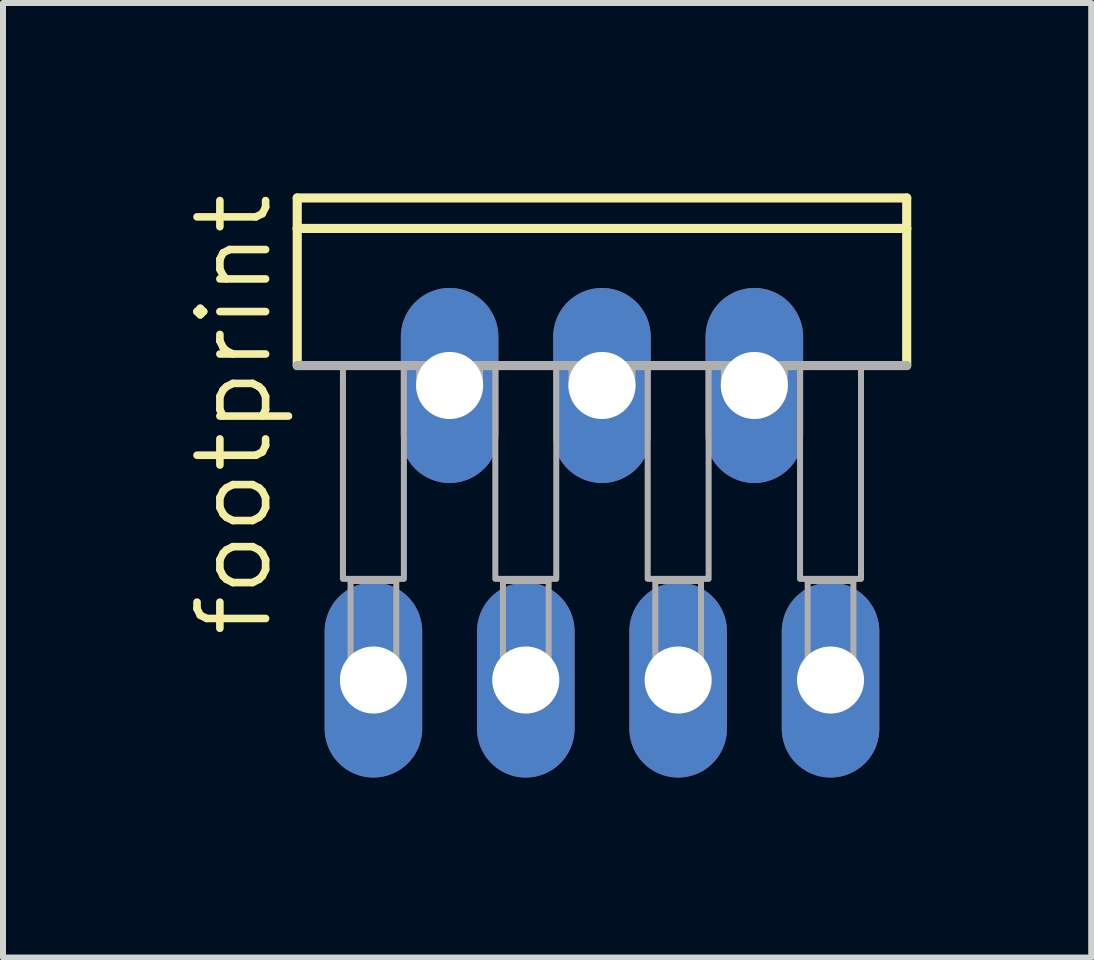
<source format=kicad_pcb>
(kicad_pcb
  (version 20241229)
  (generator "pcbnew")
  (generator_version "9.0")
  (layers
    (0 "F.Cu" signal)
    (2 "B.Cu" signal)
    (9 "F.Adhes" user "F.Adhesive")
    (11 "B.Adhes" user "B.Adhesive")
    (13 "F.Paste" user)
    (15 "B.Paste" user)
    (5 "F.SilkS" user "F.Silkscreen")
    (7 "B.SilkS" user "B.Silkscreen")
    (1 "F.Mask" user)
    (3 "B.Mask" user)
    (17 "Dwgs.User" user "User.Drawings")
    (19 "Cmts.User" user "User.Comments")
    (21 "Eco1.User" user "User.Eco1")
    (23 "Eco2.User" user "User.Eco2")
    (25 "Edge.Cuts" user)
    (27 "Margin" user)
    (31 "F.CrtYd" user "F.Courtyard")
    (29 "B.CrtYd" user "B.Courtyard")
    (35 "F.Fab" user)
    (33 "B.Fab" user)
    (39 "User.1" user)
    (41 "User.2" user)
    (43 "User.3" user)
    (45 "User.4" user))
  (footprint "footprint"
    (layer "F.Cu")
    (at 6.985 0.25)
    (property "Reference" "footprint" (at -5.461 7.366 90) (layer "F.SilkS") (effects (font (size 1.143 1.143) (thickness 0.127)) (justify left bottom)))
    (fp_line (start -5.08 0.508) (end -5.08 0) (stroke (width 0.152) (type solid)) (layer "F.SilkS"))
    (fp_line (start -5.08 0.508) (end 5.08 0.508) (stroke (width 0.152) (type solid)) (layer "F.SilkS"))
    (fp_line (start -5.08 2.794) (end -5.08 0.508) (stroke (width 0.152) (type solid)) (layer "F.SilkS"))
    (fp_line (start 5.08 0) (end -5.08 0) (stroke (width 0.152) (type solid)) (layer "F.SilkS"))
    (fp_line (start 5.08 0) (end 5.08 0.508) (stroke (width 0.152) (type solid)) (layer "F.SilkS"))
    (fp_line (start 5.08 0.508) (end 5.08 2.794) (stroke (width 0.152) (type solid)) (layer "F.SilkS"))
    (fp_line (start 5.08 2.794) (end -5.08 2.794) (stroke (width 0.152) (type solid)) (layer "F.Fab"))
    (fp_poly (pts (xy -4.318 6.35) (xy -3.302 6.35) (xy -3.302 2.794) (xy -4.318 2.794)) (stroke (width 0.1) (type solid)) (fill no) (layer "F.Fab"))
    (fp_poly (pts (xy -4.191 8.29) (xy -3.429 8.29) (xy -3.429 6.385) (xy -4.191 6.385)) (stroke (width 0.1) (type solid)) (fill no) (layer "F.Fab"))
    (fp_poly (pts (xy -3.048 3.175) (xy -2.032 3.175) (xy -2.032 2.794) (xy -3.048 2.794)) (stroke (width 0.1) (type solid)) (fill no) (layer "F.Fab"))
    (fp_poly (pts (xy -1.778 6.35) (xy -0.762 6.35) (xy -0.762 2.794) (xy -1.778 2.794)) (stroke (width 0.1) (type solid)) (fill no) (layer "F.Fab"))
    (fp_poly (pts (xy -1.651 8.29) (xy -0.889 8.29) (xy -0.889 6.385) (xy -1.651 6.385)) (stroke (width 0.1) (type solid)) (fill no) (layer "F.Fab"))
    (fp_poly (pts (xy -0.508 3.175) (xy 0.508 3.175) (xy 0.508 2.794) (xy -0.508 2.794)) (stroke (width 0.1) (type solid)) (fill no) (layer "F.Fab"))
    (fp_poly (pts (xy 0.762 6.35) (xy 1.778 6.35) (xy 1.778 2.794) (xy 0.762 2.794)) (stroke (width 0.1) (type solid)) (fill no) (layer "F.Fab"))
    (fp_poly (pts (xy 0.889 8.29) (xy 1.651 8.29) (xy 1.651 6.385) (xy 0.889 6.385)) (stroke (width 0.1) (type solid)) (fill no) (layer "F.Fab"))
    (fp_poly (pts (xy 2.032 3.175) (xy 3.048 3.175) (xy 3.048 2.794) (xy 2.032 2.794)) (stroke (width 0.1) (type solid)) (fill no) (layer "F.Fab"))
    (fp_poly (pts (xy 3.302 6.35) (xy 4.318 6.35) (xy 4.318 2.794) (xy 3.302 2.794)) (stroke (width 0.1) (type solid)) (fill no) (layer "F.Fab"))
    (fp_poly (pts (xy 3.429 8.29) (xy 4.191 8.29) (xy 4.191 6.385) (xy 3.429 6.385)) (stroke (width 0.1) (type solid)) (fill no) (layer "F.Fab"))
    (pad "1" thru_hole oval (at -3.81 8.036 90) (size 3.251 1.626) (drill 1.118) (layers "*.Cu" "*.Mask"))
    (pad "2" thru_hole oval (at -2.54 3.126 90) (size 3.251 1.626) (drill 1.118) (layers "*.Cu" "*.Mask"))
    (pad "3" thru_hole oval (at -1.27 8.036 90) (size 3.251 1.626) (drill 1.118) (layers "*.Cu" "*.Mask"))
    (pad "4" thru_hole oval (at 0 3.126 90) (size 3.251 1.626) (drill 1.118) (layers "*.Cu" "*.Mask"))
    (pad "5" thru_hole oval (at 1.27 8.036 90) (size 3.251 1.626) (drill 1.118) (layers "*.Cu" "*.Mask"))
    (pad "6" thru_hole oval (at 2.54 3.126 90) (size 3.251 1.626) (drill 1.118) (layers "*.Cu" "*.Mask"))
    (pad "7" thru_hole oval (at 3.81 8.036 90) (size 3.251 1.626) (drill 1.118) (layers "*.Cu" "*.Mask")))
  (gr_rect
    (start -3 -3)
    (end 15.141 12.912)
    (stroke (width 0.1) (type default))
    (fill no)
    (layer "Edge.Cuts")))
</source>
